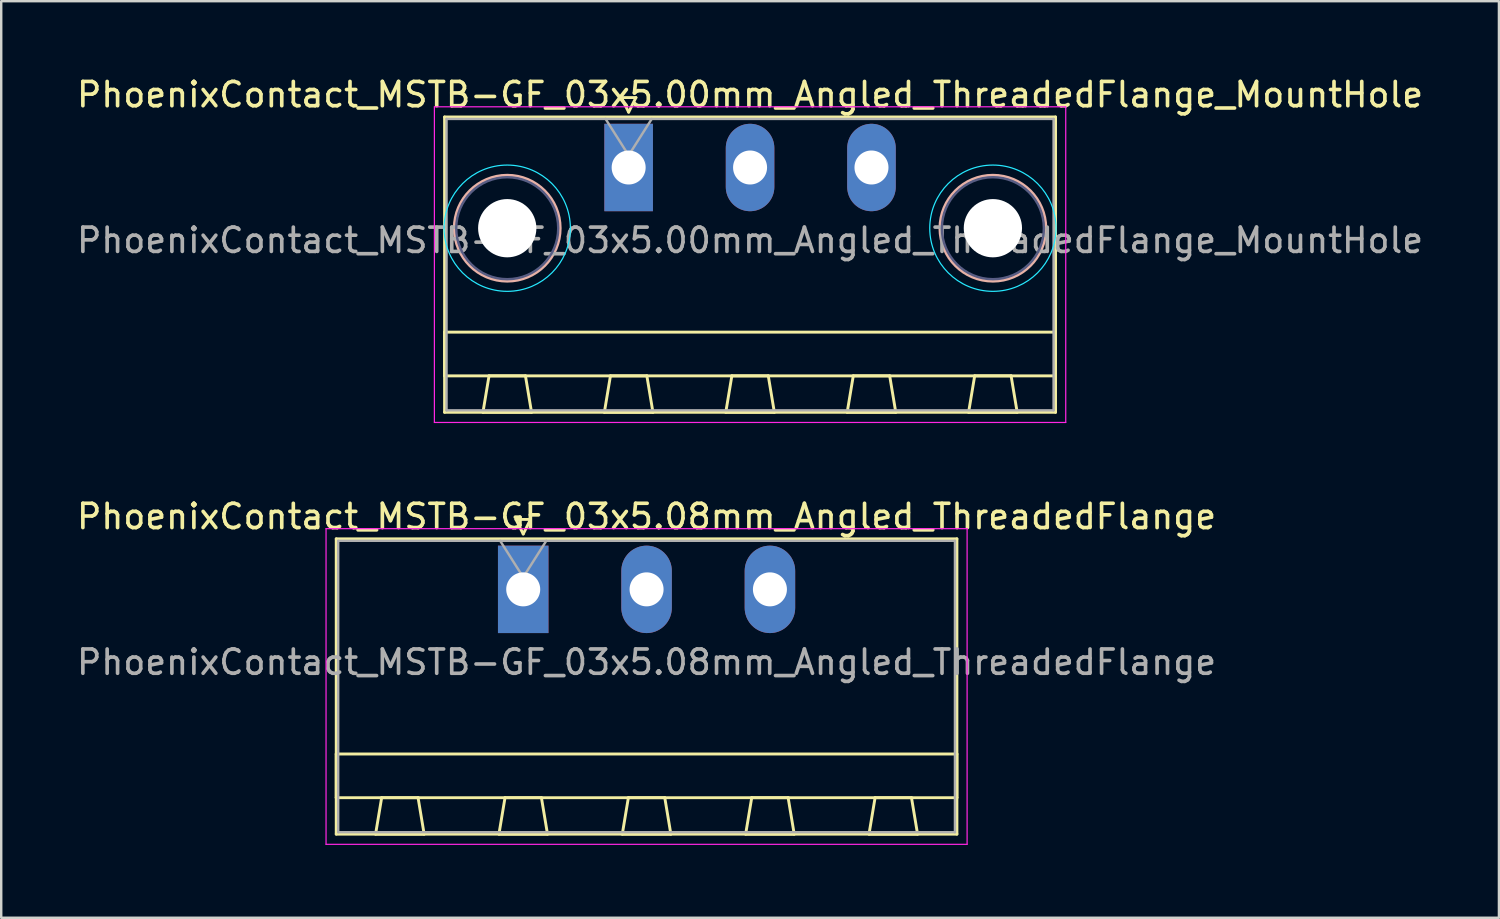
<source format=kicad_pcb>
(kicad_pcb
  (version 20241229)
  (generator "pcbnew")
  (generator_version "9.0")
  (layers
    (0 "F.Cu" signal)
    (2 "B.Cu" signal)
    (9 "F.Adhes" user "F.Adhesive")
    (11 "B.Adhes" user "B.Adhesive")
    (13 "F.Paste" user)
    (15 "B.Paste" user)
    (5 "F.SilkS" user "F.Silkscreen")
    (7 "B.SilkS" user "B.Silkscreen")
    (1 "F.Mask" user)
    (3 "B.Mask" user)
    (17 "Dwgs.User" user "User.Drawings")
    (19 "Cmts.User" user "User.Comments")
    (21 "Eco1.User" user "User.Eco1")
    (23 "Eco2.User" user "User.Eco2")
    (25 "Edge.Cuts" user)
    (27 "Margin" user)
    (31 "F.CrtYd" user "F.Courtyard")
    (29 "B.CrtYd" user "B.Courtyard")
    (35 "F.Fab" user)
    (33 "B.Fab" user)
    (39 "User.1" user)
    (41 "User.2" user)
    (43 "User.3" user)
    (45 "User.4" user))
  (footprint "PhoenixContact_MSTB-GF_03x5.08mm_Angled_ThreadedFlange"
    (layer "F.Cu")
    (at 18.497 21.221)
    (property "Reference" "PhoenixContact_MSTB-GF_03x5.08mm_Angled_ThreadedFlange" (at 5.08 -3 0) (layer "F.SilkS") (effects (font (size 1 1) (thickness 0.15))))
    (attr through_hole)
    (fp_line (start -7.7 -2.08) (end -7.7 10.08) (stroke (width 0.12) (type solid)) (layer "F.SilkS"))
    (fp_line (start -7.7 6.78) (end 17.86 6.78) (stroke (width 0.12) (type solid)) (layer "F.SilkS"))
    (fp_line (start -7.7 8.58) (end -7.7 6.78) (stroke (width 0.12) (type solid)) (layer "F.SilkS"))
    (fp_line (start -7.7 10.08) (end 17.86 10.08) (stroke (width 0.12) (type solid)) (layer "F.SilkS"))
    (fp_line (start -6.08 10.08) (end -4.08 10.08) (stroke (width 0.12) (type solid)) (layer "F.SilkS"))
    (fp_line (start -5.83 8.58) (end -6.08 10.08) (stroke (width 0.12) (type solid)) (layer "F.SilkS"))
    (fp_line (start -4.33 8.58) (end -5.83 8.58) (stroke (width 0.12) (type solid)) (layer "F.SilkS"))
    (fp_line (start -4.08 10.08) (end -4.33 8.58) (stroke (width 0.12) (type solid)) (layer "F.SilkS"))
    (fp_line (start -1 10.08) (end 1 10.08) (stroke (width 0.12) (type solid)) (layer "F.SilkS"))
    (fp_line (start -0.75 8.58) (end -1 10.08) (stroke (width 0.12) (type solid)) (layer "F.SilkS"))
    (fp_line (start -0.3 -2.88) (end 0.3 -2.88) (stroke (width 0.12) (type solid)) (layer "F.SilkS"))
    (fp_line (start 0 -2.28) (end -0.3 -2.88) (stroke (width 0.12) (type solid)) (layer "F.SilkS"))
    (fp_line (start 0.3 -2.88) (end 0 -2.28) (stroke (width 0.12) (type solid)) (layer "F.SilkS"))
    (fp_line (start 0.75 8.58) (end -0.75 8.58) (stroke (width 0.12) (type solid)) (layer "F.SilkS"))
    (fp_line (start 1 10.08) (end 0.75 8.58) (stroke (width 0.12) (type solid)) (layer "F.SilkS"))
    (fp_line (start 4.08 10.08) (end 6.08 10.08) (stroke (width 0.12) (type solid)) (layer "F.SilkS"))
    (fp_line (start 4.33 8.58) (end 4.08 10.08) (stroke (width 0.12) (type solid)) (layer "F.SilkS"))
    (fp_line (start 5.83 8.58) (end 4.33 8.58) (stroke (width 0.12) (type solid)) (layer "F.SilkS"))
    (fp_line (start 6.08 10.08) (end 5.83 8.58) (stroke (width 0.12) (type solid)) (layer "F.SilkS"))
    (fp_line (start 9.16 10.08) (end 11.16 10.08) (stroke (width 0.12) (type solid)) (layer "F.SilkS"))
    (fp_line (start 9.41 8.58) (end 9.16 10.08) (stroke (width 0.12) (type solid)) (layer "F.SilkS"))
    (fp_line (start 10.91 8.58) (end 9.41 8.58) (stroke (width 0.12) (type solid)) (layer "F.SilkS"))
    (fp_line (start 11.16 10.08) (end 10.91 8.58) (stroke (width 0.12) (type solid)) (layer "F.SilkS"))
    (fp_line (start 14.24 10.08) (end 16.24 10.08) (stroke (width 0.12) (type solid)) (layer "F.SilkS"))
    (fp_line (start 14.49 8.58) (end 14.24 10.08) (stroke (width 0.12) (type solid)) (layer "F.SilkS"))
    (fp_line (start 15.99 8.58) (end 14.49 8.58) (stroke (width 0.12) (type solid)) (layer "F.SilkS"))
    (fp_line (start 16.24 10.08) (end 15.99 8.58) (stroke (width 0.12) (type solid)) (layer "F.SilkS"))
    (fp_line (start 17.86 -2.08) (end -7.7 -2.08) (stroke (width 0.12) (type solid)) (layer "F.SilkS"))
    (fp_line (start 17.86 6.78) (end 17.86 8.58) (stroke (width 0.12) (type solid)) (layer "F.SilkS"))
    (fp_line (start 17.86 8.58) (end -7.7 8.58) (stroke (width 0.12) (type solid)) (layer "F.SilkS"))
    (fp_line (start 17.86 10.08) (end 17.86 -2.08) (stroke (width 0.12) (type solid)) (layer "F.SilkS"))
    (fp_line (start -8.12 -2.5) (end -8.12 10.5) (stroke (width 0.05) (type solid)) (layer "F.CrtYd"))
    (fp_line (start -8.12 10.5) (end 18.28 10.5) (stroke (width 0.05) (type solid)) (layer "F.CrtYd"))
    (fp_line (start 18.28 -2.5) (end -8.12 -2.5) (stroke (width 0.05) (type solid)) (layer "F.CrtYd"))
    (fp_line (start 18.28 10.5) (end 18.28 -2.5) (stroke (width 0.05) (type solid)) (layer "F.CrtYd"))
    (fp_line (start -7.62 -2) (end -7.62 10) (stroke (width 0.1) (type solid)) (layer "F.Fab"))
    (fp_line (start -7.62 10) (end 17.78 10) (stroke (width 0.1) (type solid)) (layer "F.Fab"))
    (fp_line (start 0 -0.5) (end -0.95 -2) (stroke (width 0.1) (type solid)) (layer "F.Fab"))
    (fp_line (start 0.95 -2) (end 0 -0.5) (stroke (width 0.1) (type solid)) (layer "F.Fab"))
    (fp_line (start 17.78 -2) (end -7.62 -2) (stroke (width 0.1) (type solid)) (layer "F.Fab"))
    (fp_line (start 17.78 10) (end 17.78 -2) (stroke (width 0.1) (type solid)) (layer "F.Fab"))
    (fp_text user "${REFERENCE}" (at 5.08 3 0) (layer "F.Fab") (effects (font (size 1 1) (thickness 0.15))))
    (pad "1" thru_hole rect (at 0 0) (size 2.08 3.6) (drill 1.4) (layers "*.Cu" "*.Mask"))
    (pad "2" thru_hole oval (at 5.08 0) (size 2.08 3.6) (drill 1.4) (layers "*.Cu" "*.Mask"))
    (pad "3" thru_hole oval (at 10.16 0) (size 2.08 3.6) (drill 1.4) (layers "*.Cu" "*.Mask")))
  (footprint "PhoenixContact_MSTB-GF_03x5.00mm_Angled_ThreadedFlange_MountHole"
    (layer "F.Cu")
    (at 22.839 3.848)
    (property "Reference" "PhoenixContact_MSTB-GF_03x5.00mm_Angled_ThreadedFlange_MountHole" (at 5 -3 0) (layer "F.SilkS") (effects (font (size 1 1) (thickness 0.15))))
    (attr through_hole)
    (fp_line (start -7.58 -2.08) (end -7.58 10.08) (stroke (width 0.12) (type solid)) (layer "F.SilkS"))
    (fp_line (start -7.58 6.78) (end 17.58 6.78) (stroke (width 0.12) (type solid)) (layer "F.SilkS"))
    (fp_line (start -7.58 8.58) (end -7.58 6.78) (stroke (width 0.12) (type solid)) (layer "F.SilkS"))
    (fp_line (start -7.58 10.08) (end 17.58 10.08) (stroke (width 0.12) (type solid)) (layer "F.SilkS"))
    (fp_line (start -6 10.08) (end -4 10.08) (stroke (width 0.12) (type solid)) (layer "F.SilkS"))
    (fp_line (start -5.75 8.58) (end -6 10.08) (stroke (width 0.12) (type solid)) (layer "F.SilkS"))
    (fp_line (start -4.25 8.58) (end -5.75 8.58) (stroke (width 0.12) (type solid)) (layer "F.SilkS"))
    (fp_line (start -4 10.08) (end -4.25 8.58) (stroke (width 0.12) (type solid)) (layer "F.SilkS"))
    (fp_line (start -1 10.08) (end 1 10.08) (stroke (width 0.12) (type solid)) (layer "F.SilkS"))
    (fp_line (start -0.75 8.58) (end -1 10.08) (stroke (width 0.12) (type solid)) (layer "F.SilkS"))
    (fp_line (start -0.3 -2.88) (end 0.3 -2.88) (stroke (width 0.12) (type solid)) (layer "F.SilkS"))
    (fp_line (start 0 -2.28) (end -0.3 -2.88) (stroke (width 0.12) (type solid)) (layer "F.SilkS"))
    (fp_line (start 0.3 -2.88) (end 0 -2.28) (stroke (width 0.12) (type solid)) (layer "F.SilkS"))
    (fp_line (start 0.75 8.58) (end -0.75 8.58) (stroke (width 0.12) (type solid)) (layer "F.SilkS"))
    (fp_line (start 1 10.08) (end 0.75 8.58) (stroke (width 0.12) (type solid)) (layer "F.SilkS"))
    (fp_line (start 4 10.08) (end 6 10.08) (stroke (width 0.12) (type solid)) (layer "F.SilkS"))
    (fp_line (start 4.25 8.58) (end 4 10.08) (stroke (width 0.12) (type solid)) (layer "F.SilkS"))
    (fp_line (start 5.75 8.58) (end 4.25 8.58) (stroke (width 0.12) (type solid)) (layer "F.SilkS"))
    (fp_line (start 6 10.08) (end 5.75 8.58) (stroke (width 0.12) (type solid)) (layer "F.SilkS"))
    (fp_line (start 9 10.08) (end 11 10.08) (stroke (width 0.12) (type solid)) (layer "F.SilkS"))
    (fp_line (start 9.25 8.58) (end 9 10.08) (stroke (width 0.12) (type solid)) (layer "F.SilkS"))
    (fp_line (start 10.75 8.58) (end 9.25 8.58) (stroke (width 0.12) (type solid)) (layer "F.SilkS"))
    (fp_line (start 11 10.08) (end 10.75 8.58) (stroke (width 0.12) (type solid)) (layer "F.SilkS"))
    (fp_line (start 14 10.08) (end 16 10.08) (stroke (width 0.12) (type solid)) (layer "F.SilkS"))
    (fp_line (start 14.25 8.58) (end 14 10.08) (stroke (width 0.12) (type solid)) (layer "F.SilkS"))
    (fp_line (start 15.75 8.58) (end 14.25 8.58) (stroke (width 0.12) (type solid)) (layer "F.SilkS"))
    (fp_line (start 16 10.08) (end 15.75 8.58) (stroke (width 0.12) (type solid)) (layer "F.SilkS"))
    (fp_line (start 17.58 -2.08) (end -7.58 -2.08) (stroke (width 0.12) (type solid)) (layer "F.SilkS"))
    (fp_line (start 17.58 6.78) (end 17.58 8.58) (stroke (width 0.12) (type solid)) (layer "F.SilkS"))
    (fp_line (start 17.58 8.58) (end -7.58 8.58) (stroke (width 0.12) (type solid)) (layer "F.SilkS"))
    (fp_line (start 17.58 10.08) (end 17.58 -2.08) (stroke (width 0.12) (type solid)) (layer "F.SilkS"))
    (fp_circle (center -5 2.5) (end -2.82 2.5) (stroke (width 0.12) (type solid)) (fill no) (layer "B.SilkS"))
    (fp_circle (center 15 2.5) (end 17.18 2.5) (stroke (width 0.12) (type solid)) (fill no) (layer "B.SilkS"))
    (fp_circle (center -5 2.5) (end -2.4 2.5) (stroke (width 0.05) (type solid)) (fill no) (layer "B.CrtYd"))
    (fp_circle (center 15 2.5) (end 17.6 2.5) (stroke (width 0.05) (type solid)) (fill no) (layer "B.CrtYd"))
    (fp_line (start -8 -2.5) (end -8 10.5) (stroke (width 0.05) (type solid)) (layer "F.CrtYd"))
    (fp_line (start -8 10.5) (end 18 10.5) (stroke (width 0.05) (type solid)) (layer "F.CrtYd"))
    (fp_line (start 18 -2.5) (end -8 -2.5) (stroke (width 0.05) (type solid)) (layer "F.CrtYd"))
    (fp_line (start 18 10.5) (end 18 -2.5) (stroke (width 0.05) (type solid)) (layer "F.CrtYd"))
    (fp_circle (center -5 2.5) (end -2.9 2.5) (stroke (width 0.1) (type solid)) (fill no) (layer "B.Fab"))
    (fp_circle (center 15 2.5) (end 17.1 2.5) (stroke (width 0.1) (type solid)) (fill no) (layer "B.Fab"))
    (fp_line (start -7.5 -2) (end -7.5 10) (stroke (width 0.1) (type solid)) (layer "F.Fab"))
    (fp_line (start -7.5 10) (end 17.5 10) (stroke (width 0.1) (type solid)) (layer "F.Fab"))
    (fp_line (start 0 -0.5) (end -0.95 -2) (stroke (width 0.1) (type solid)) (layer "F.Fab"))
    (fp_line (start 0.95 -2) (end 0 -0.5) (stroke (width 0.1) (type solid)) (layer "F.Fab"))
    (fp_line (start 17.5 -2) (end -7.5 -2) (stroke (width 0.1) (type solid)) (layer "F.Fab"))
    (fp_line (start 17.5 10) (end 17.5 -2) (stroke (width 0.1) (type solid)) (layer "F.Fab"))
    (fp_text user "${REFERENCE}" (at 5 3 0) (layer "F.Fab") (effects (font (size 1 1) (thickness 0.15))))
    (pad "" np_thru_hole circle (at -5 2.5) (size 2.4 2.4) (drill 2.4) (layers "*.Cu" "*.Mask"))
    (pad "" np_thru_hole circle (at 15 2.5) (size 2.4 2.4) (drill 2.4) (layers "*.Cu" "*.Mask"))
    (pad "1" thru_hole rect (at 0 0) (size 2 3.6) (drill 1.4) (layers "*.Cu" "*.Mask"))
    (pad "2" thru_hole oval (at 5 0) (size 2 3.6) (drill 1.4) (layers "*.Cu" "*.Mask"))
    (pad "3" thru_hole oval (at 10 0) (size 2 3.6) (drill 1.4) (layers "*.Cu" "*.Mask")))
  (gr_rect
    (start -3 -3)
    (end 58.679 34.746)
    (stroke (width 0.1) (type default))
    (fill no)
    (layer "Edge.Cuts")))
</source>
